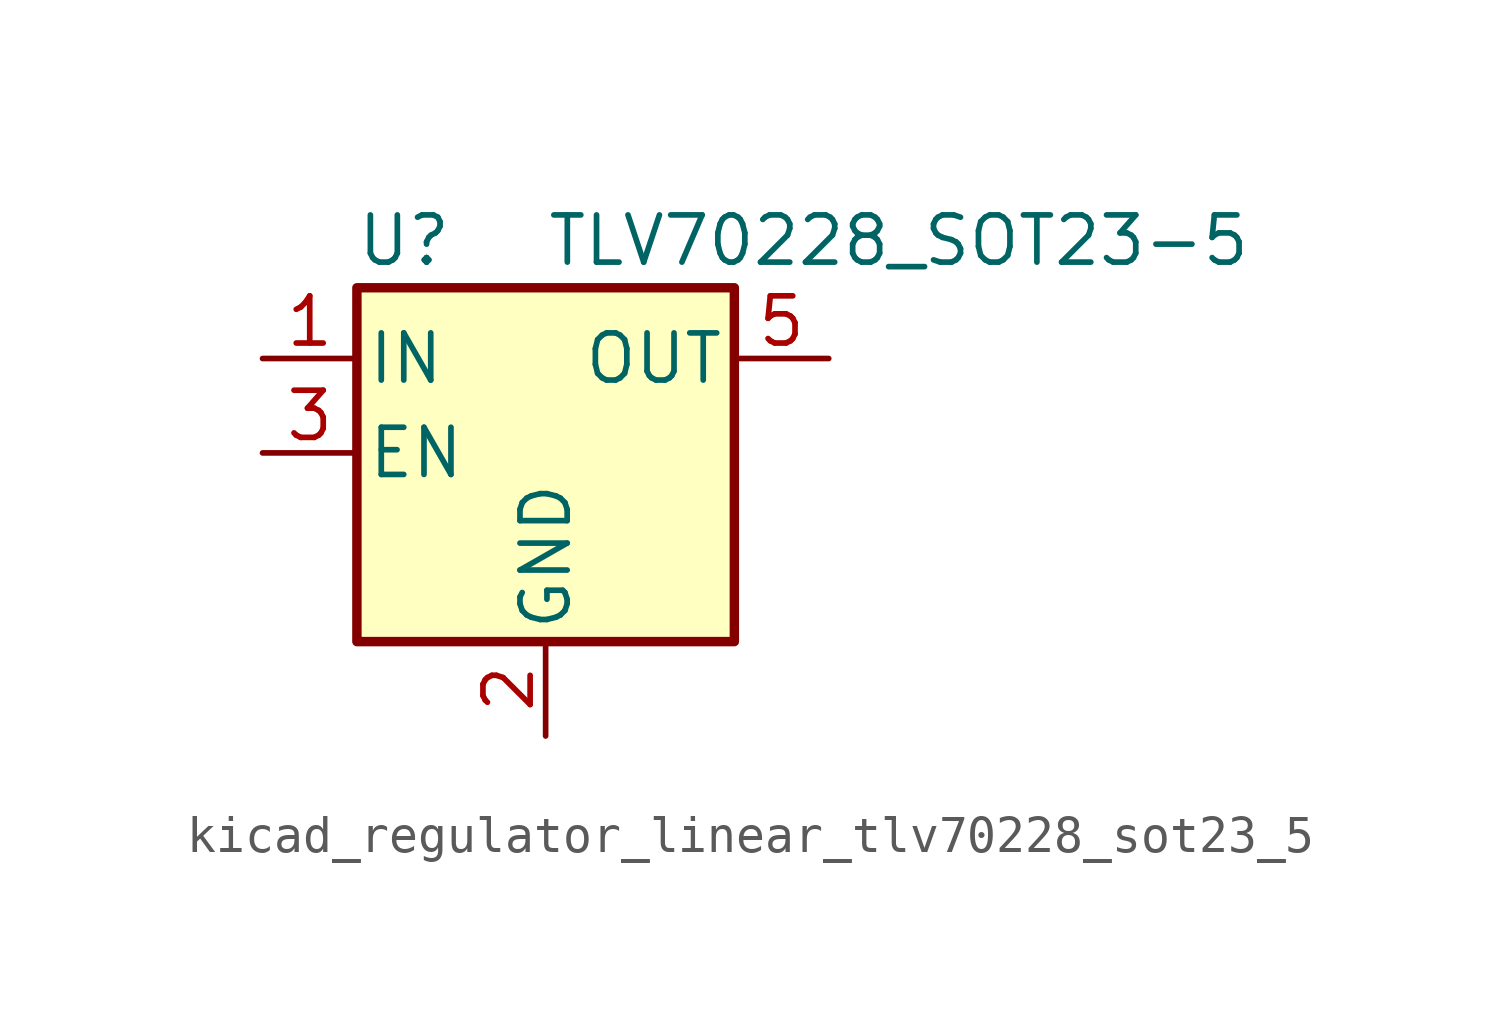
<source format=kicad_sym>
(kicad_symbol_lib
  (version 20220914)
  (generator kicad_symbol_editor)
  (symbol "kicad_regulator_linear_tlv70228_sot23_5"
    (pin_names
      (offset 0.254))
    (property "Reference" "U"
      (at -3.81 5.715 0)
      (effects (font (size 1.27 1.27))))
    (property "Value" "TLV70228_SOT23-5"
      (at 0 5.715 0)
      (effects (font (size 1.27 1.27)) (justify left)))
    (symbol "kicad_regulator_linear_tlv70228_sot23_5_0_1"
      (rectangle (start -5.08 4.445) (end 5.08 -5.08) (stroke (width 0.254) (type default)) (fill (type background))))
    (symbol "kicad_regulator_linear_tlv70228_sot23_5_1_1"
      (pin power_in line (at -7.62 2.54 0) (length 2.54) (name "IN" (effects (font (size 1.27 1.27)))) (number "1" (effects (font (size 1.27 1.27)))))
      (pin power_in line (at 0 -7.62 90) (length 2.54) (name "GND" (effects (font (size 1.27 1.27)))) (number "2" (effects (font (size 1.27 1.27)))))
      (pin input line (at -7.62 0 0) (length 2.54) (name "EN" (effects (font (size 1.27 1.27)))) (number "3" (effects (font (size 1.27 1.27)))))
      (pin no_connect line (at 5.08 0 180) (length 2.54) hide (name "NC" (effects (font (size 1.27 1.27)))) (number "4" (effects (font (size 1.27 1.27)))))
      (pin power_out line (at 7.62 2.54 180) (length 2.54) (name "OUT" (effects (font (size 1.27 1.27)))) (number "5" (effects (font (size 1.27 1.27))))))))
</source>
